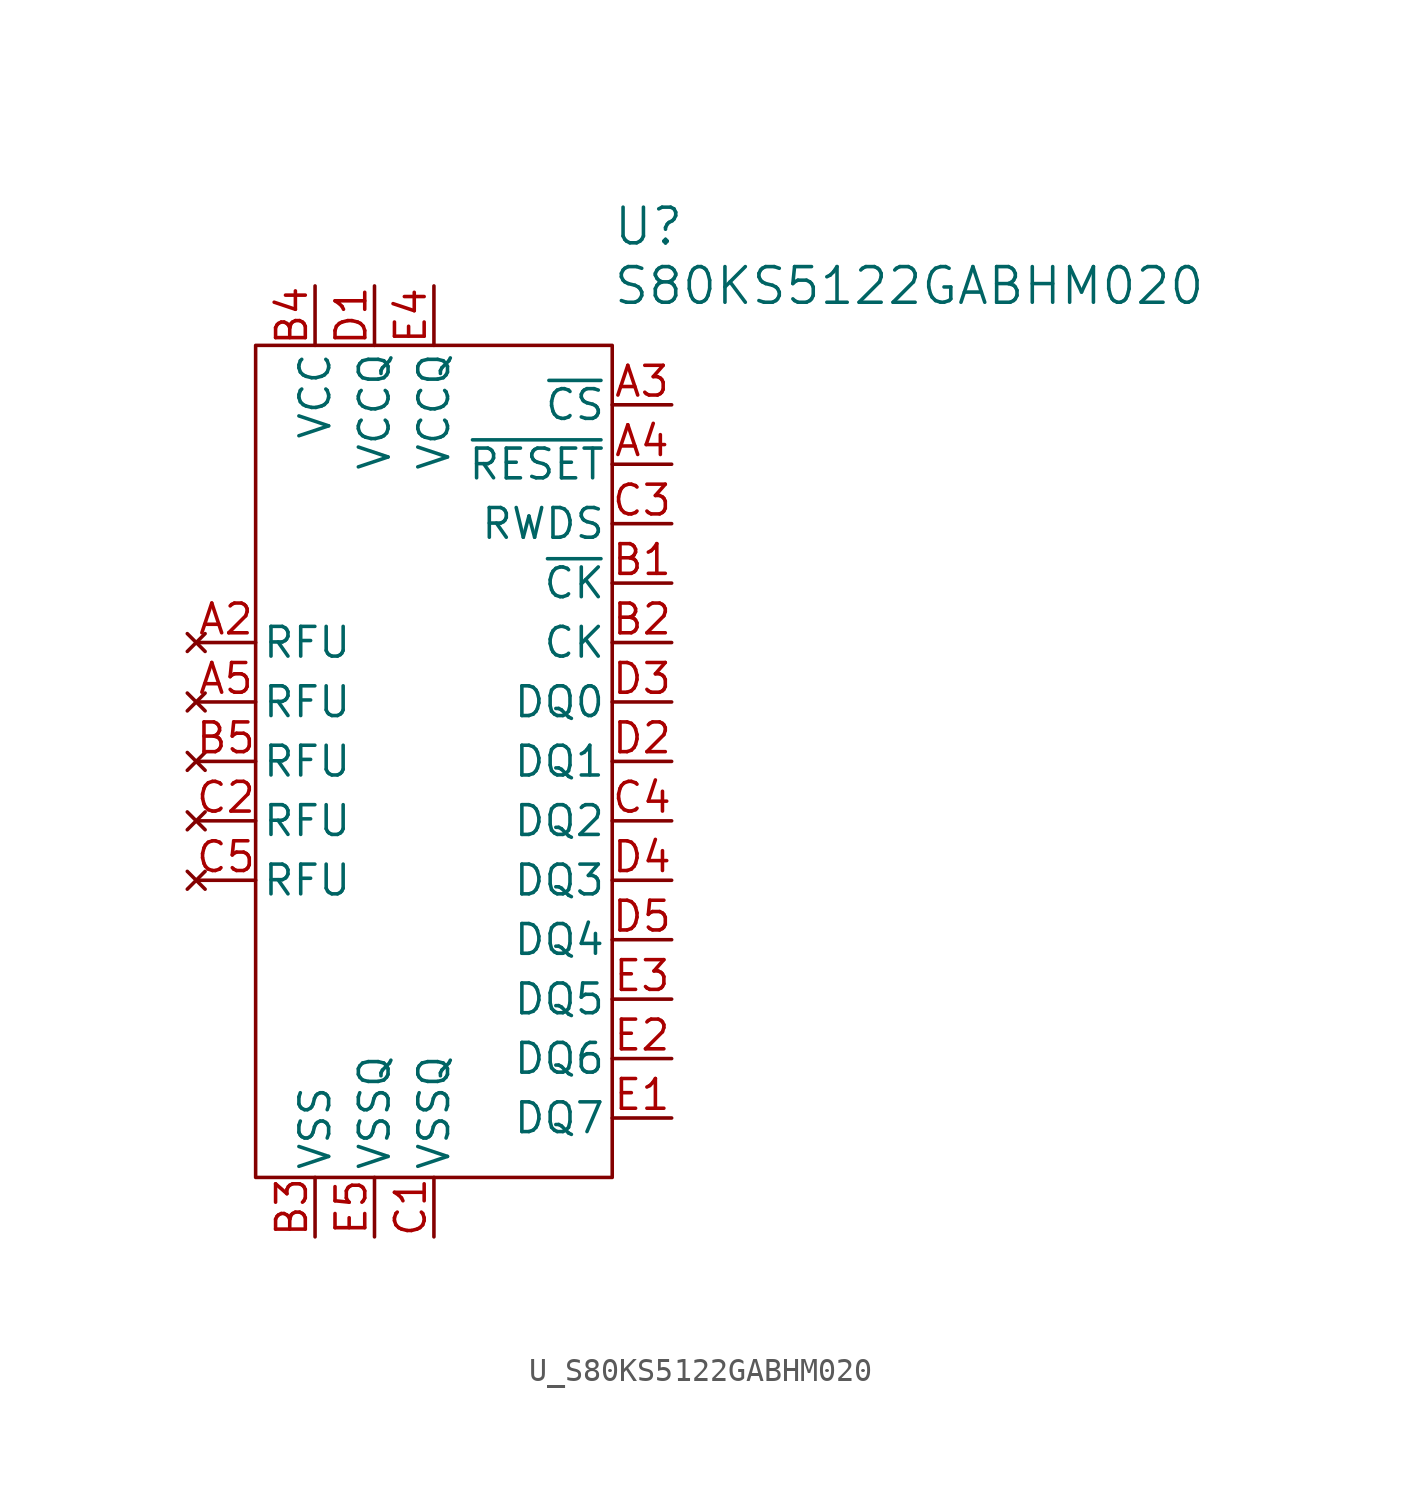
<source format=kicad_sym>
(kicad_symbol_lib
  (version 20241209)
  (generator "kicad_symbol_editor")
  (generator_version "9.0")
  (symbol "U_S80KS5122GABHM020"
    (pin_names
      (offset 0.254))
    (property "Reference" "U"
      (at 7.62 22.86 0)
      (effects (font (size 1.524 1.524)) (justify left)))
    (property "Value" "S80KS5122GABHM020"
      (at 7.62 20.32 0)
      (effects (font (size 1.524 1.524)) (justify left)))
    (symbol "U_S80KS5122GABHM020_0_1"
      (pin no_connect line (at -10.16 5.08 0) (length 2.54) (name "RFU" (effects (font (size 1.27 1.27)))) (number "A2" (effects (font (size 1.27 1.27)))))
      (pin no_connect line (at -10.16 2.54 0) (length 2.54) (name "RFU" (effects (font (size 1.27 1.27)))) (number "A5" (effects (font (size 1.27 1.27)))))
      (pin no_connect line (at -10.16 0 0) (length 2.54) (name "RFU" (effects (font (size 1.27 1.27)))) (number "B5" (effects (font (size 1.27 1.27)))))
      (pin no_connect line (at -10.16 -2.54 0) (length 2.54) (name "RFU" (effects (font (size 1.27 1.27)))) (number "C2" (effects (font (size 1.27 1.27)))))
      (pin no_connect line (at -10.16 -5.08 0) (length 2.54) (name "RFU" (effects (font (size 1.27 1.27)))) (number "C5" (effects (font (size 1.27 1.27)))))
      (pin power_in line (at -5.08 20.32 270) (length 2.54) (name "VCC" (effects (font (size 1.27 1.27)))) (number "B4" (effects (font (size 1.27 1.27)))))
      (pin power_out line (at -5.08 -20.32 90) (length 2.54) (name "VSS" (effects (font (size 1.27 1.27)))) (number "B3" (effects (font (size 1.27 1.27)))))
      (pin power_in line (at -2.54 20.32 270) (length 2.54) (name "VCCQ" (effects (font (size 1.27 1.27)))) (number "D1" (effects (font (size 1.27 1.27)))))
      (pin power_out line (at -2.54 -20.32 90) (length 2.54) (name "VSSQ" (effects (font (size 1.27 1.27)))) (number "E5" (effects (font (size 1.27 1.27)))))
      (pin power_in line (at 0 20.32 270) (length 2.54) (name "VCCQ" (effects (font (size 1.27 1.27)))) (number "E4" (effects (font (size 1.27 1.27)))))
      (pin power_out line (at 0 -20.32 90) (length 2.54) (name "VSSQ" (effects (font (size 1.27 1.27)))) (number "C1" (effects (font (size 1.27 1.27)))))
      (pin bidirectional line (at 10.16 10.16 180) (length 2.54) (name "RWDS" (effects (font (size 1.27 1.27)))) (number "C3" (effects (font (size 1.27 1.27)))))
      (pin input line (at 10.16 5.08 180) (length 2.54) (name "CK" (effects (font (size 1.27 1.27)))) (number "B2" (effects (font (size 1.27 1.27)))))
      (pin bidirectional line (at 10.16 2.54 180) (length 2.54) (name "DQ0" (effects (font (size 1.27 1.27)))) (number "D3" (effects (font (size 1.27 1.27)))))
      (pin bidirectional line (at 10.16 0 180) (length 2.54) (name "DQ1" (effects (font (size 1.27 1.27)))) (number "D2" (effects (font (size 1.27 1.27)))))
      (pin bidirectional line (at 10.16 -2.54 180) (length 2.54) (name "DQ2" (effects (font (size 1.27 1.27)))) (number "C4" (effects (font (size 1.27 1.27)))))
      (pin bidirectional line (at 10.16 -5.08 180) (length 2.54) (name "DQ3" (effects (font (size 1.27 1.27)))) (number "D4" (effects (font (size 1.27 1.27)))))
      (pin bidirectional line (at 10.16 -7.62 180) (length 2.54) (name "DQ4" (effects (font (size 1.27 1.27)))) (number "D5" (effects (font (size 1.27 1.27)))))
      (pin bidirectional line (at 10.16 -10.16 180) (length 2.54) (name "DQ5" (effects (font (size 1.27 1.27)))) (number "E3" (effects (font (size 1.27 1.27)))))
      (pin bidirectional line (at 10.16 -12.7 180) (length 2.54) (name "DQ6" (effects (font (size 1.27 1.27)))) (number "E2" (effects (font (size 1.27 1.27)))))
      (pin bidirectional line (at 10.16 -15.24 180) (length 2.54) (name "DQ7" (effects (font (size 1.27 1.27)))) (number "E1" (effects (font (size 1.27 1.27))))))
    (symbol "U_S80KS5122GABHM020_1_1"
      (rectangle (start -7.62 17.78) (end 7.62 -17.78) (stroke (width 0) (type default)) (fill (type none)))
      (pin input line (at 10.16 15.24 180) (length 2.54) (name "~{CS}" (effects (font (size 1.27 1.27)))) (number "A3" (effects (font (size 1.27 1.27)))))
      (pin input line (at 10.16 12.7 180) (length 2.54) (name "~{RESET}" (effects (font (size 1.27 1.27)))) (number "A4" (effects (font (size 1.27 1.27)))))
      (pin input line (at 10.16 7.62 180) (length 2.54) (name "~{CK}" (effects (font (size 1.27 1.27)))) (number "B1" (effects (font (size 1.27 1.27))))))))
</source>
